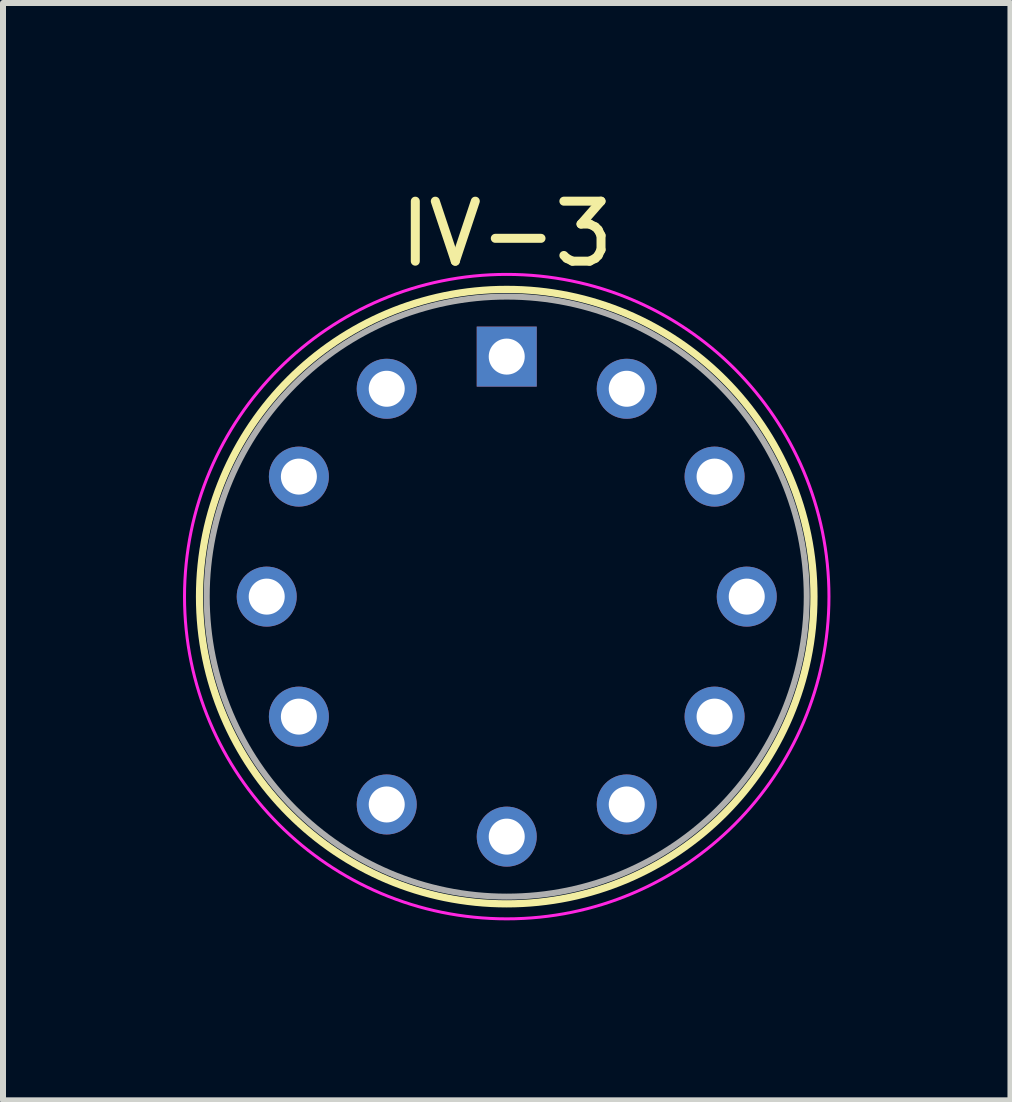
<source format=kicad_pcb>
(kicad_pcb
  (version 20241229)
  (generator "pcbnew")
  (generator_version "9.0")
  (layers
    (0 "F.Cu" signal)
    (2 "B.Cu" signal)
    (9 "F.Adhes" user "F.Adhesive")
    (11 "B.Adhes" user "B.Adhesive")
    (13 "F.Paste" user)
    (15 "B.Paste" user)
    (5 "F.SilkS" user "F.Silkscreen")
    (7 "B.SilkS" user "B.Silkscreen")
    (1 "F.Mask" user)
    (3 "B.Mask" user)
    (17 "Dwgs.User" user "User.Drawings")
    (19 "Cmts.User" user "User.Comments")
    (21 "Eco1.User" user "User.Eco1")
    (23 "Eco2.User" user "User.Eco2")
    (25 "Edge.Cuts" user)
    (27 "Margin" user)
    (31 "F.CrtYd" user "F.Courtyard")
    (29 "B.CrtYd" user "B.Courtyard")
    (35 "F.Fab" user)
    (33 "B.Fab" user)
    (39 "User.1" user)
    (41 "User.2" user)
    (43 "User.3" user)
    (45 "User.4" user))
  (footprint "IV-3"
    (layer "F.Cu")
    (at 5.395 6.893)
    (property "Reference" "IV-3" (at 0 -6.045 0) (layer "F.SilkS") (effects (font (size 1 1) (thickness 0.15))))
    (fp_circle (center 0 0) (end 0 5.12) (stroke (width 0.12) (type solid)) (fill no) (layer "F.SilkS"))
    (fp_circle (center 0 0) (end 0 5.37) (stroke (width 0.05) (type solid)) (fill no) (layer "F.CrtYd"))
    (fp_circle (center 0 0) (end 0 5) (stroke (width 0.1) (type solid)) (fill no) (layer "F.Fab"))
    (pad "1" thru_hole rect (at 0 -4) (size 1 1) (drill 0.6) (layers "*.Cu" "*.Mask"))
    (pad "2" thru_hole oval (at 2 -3.464) (size 1 1) (drill 0.6) (layers "*.Cu" "*.Mask"))
    (pad "3" thru_hole oval (at 3.464 -2) (size 1 1) (drill 0.6) (layers "*.Cu" "*.Mask"))
    (pad "4" thru_hole oval (at 4 0) (size 1 1) (drill 0.6) (layers "*.Cu" "*.Mask"))
    (pad "5" thru_hole oval (at 3.464 2) (size 1 1) (drill 0.6) (layers "*.Cu" "*.Mask"))
    (pad "6" thru_hole oval (at 2 3.464) (size 1 1) (drill 0.6) (layers "*.Cu" "*.Mask"))
    (pad "7" thru_hole oval (at 0 4) (size 1 1) (drill 0.6) (layers "*.Cu" "*.Mask"))
    (pad "8" thru_hole oval (at -2 3.464) (size 1 1) (drill 0.6) (layers "*.Cu" "*.Mask"))
    (pad "9" thru_hole oval (at -3.464 2) (size 1 1) (drill 0.6) (layers "*.Cu" "*.Mask"))
    (pad "10" thru_hole oval (at -4 0) (size 1 1) (drill 0.6) (layers "*.Cu" "*.Mask"))
    (pad "11" thru_hole oval (at -3.464 -2) (size 1 1) (drill 0.6) (layers "*.Cu" "*.Mask"))
    (pad "12" thru_hole oval (at -2 -3.464) (size 1 1) (drill 0.6) (layers "*.Cu" "*.Mask")))
  (gr_rect
    (start -3 -3)
    (end 13.79 15.288)
    (stroke (width 0.1) (type default))
    (fill no)
    (layer "Edge.Cuts")))
</source>
